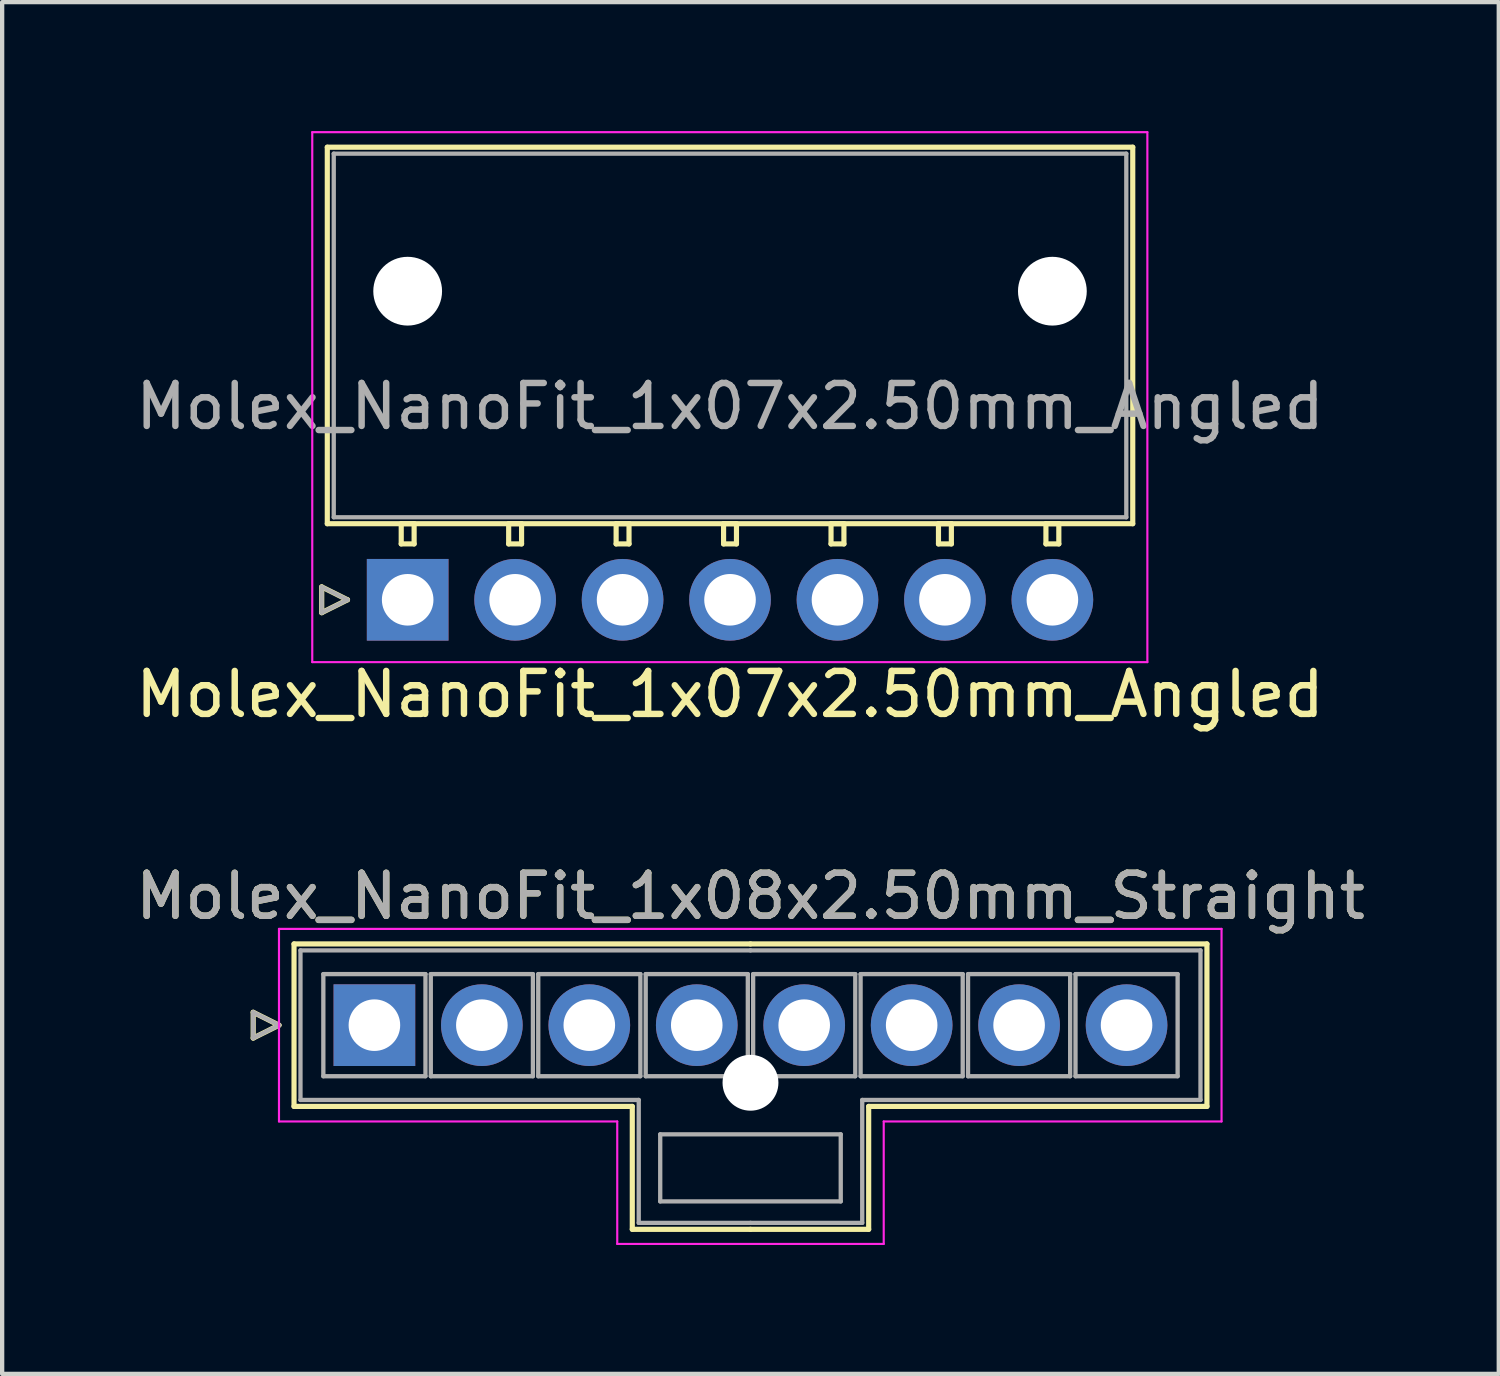
<source format=kicad_pcb>
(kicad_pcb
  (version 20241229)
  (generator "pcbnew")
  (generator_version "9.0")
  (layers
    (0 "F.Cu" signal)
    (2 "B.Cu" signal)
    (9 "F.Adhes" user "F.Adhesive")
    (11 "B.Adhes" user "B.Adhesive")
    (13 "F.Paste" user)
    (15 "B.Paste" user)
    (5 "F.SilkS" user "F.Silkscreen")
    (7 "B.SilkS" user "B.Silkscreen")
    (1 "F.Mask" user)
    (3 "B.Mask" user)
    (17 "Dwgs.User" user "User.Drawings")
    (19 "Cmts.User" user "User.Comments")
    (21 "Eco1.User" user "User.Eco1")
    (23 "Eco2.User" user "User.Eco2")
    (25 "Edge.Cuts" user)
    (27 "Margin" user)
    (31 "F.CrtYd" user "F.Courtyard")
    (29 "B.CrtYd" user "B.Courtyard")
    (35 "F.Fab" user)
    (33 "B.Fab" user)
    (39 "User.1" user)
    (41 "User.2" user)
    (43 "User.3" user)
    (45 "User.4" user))
  (footprint "Molex_NanoFit_1x07x2.50mm_Angled"
    (layer "F.Cu")
    (at 6.435 10.905)
    (property "Reference" "Molex_NanoFit_1x07x2.50mm_Angled" (at 7.5 2.2 0) (layer "F.SilkS") (effects (font (size 1 1) (thickness 0.15))))
    (attr through_hole)
    (fp_line (start -2 -0.3) (end -1.4 0) (stroke (width 0.12) (type solid)) (layer "F.SilkS"))
    (fp_line (start -2 0.3) (end -2 -0.3) (stroke (width 0.12) (type solid)) (layer "F.SilkS"))
    (fp_line (start -1.87 -10.53) (end -1.87 -1.77) (stroke (width 0.12) (type solid)) (layer "F.SilkS"))
    (fp_line (start -1.87 -1.77) (end 16.87 -1.77) (stroke (width 0.12) (type solid)) (layer "F.SilkS"))
    (fp_line (start -1.4 0) (end -2 0.3) (stroke (width 0.12) (type solid)) (layer "F.SilkS"))
    (fp_line (start -0.15 -1.77) (end -0.15 -1.3) (stroke (width 0.12) (type solid)) (layer "F.SilkS"))
    (fp_line (start -0.15 -1.3) (end 0.15 -1.3) (stroke (width 0.12) (type solid)) (layer "F.SilkS"))
    (fp_line (start 0.15 -1.77) (end -0.15 -1.77) (stroke (width 0.12) (type solid)) (layer "F.SilkS"))
    (fp_line (start 0.15 -1.3) (end 0.15 -1.77) (stroke (width 0.12) (type solid)) (layer "F.SilkS"))
    (fp_line (start 2.35 -1.77) (end 2.35 -1.3) (stroke (width 0.12) (type solid)) (layer "F.SilkS"))
    (fp_line (start 2.35 -1.3) (end 2.65 -1.3) (stroke (width 0.12) (type solid)) (layer "F.SilkS"))
    (fp_line (start 2.65 -1.77) (end 2.35 -1.77) (stroke (width 0.12) (type solid)) (layer "F.SilkS"))
    (fp_line (start 2.65 -1.3) (end 2.65 -1.77) (stroke (width 0.12) (type solid)) (layer "F.SilkS"))
    (fp_line (start 4.85 -1.77) (end 4.85 -1.3) (stroke (width 0.12) (type solid)) (layer "F.SilkS"))
    (fp_line (start 4.85 -1.3) (end 5.15 -1.3) (stroke (width 0.12) (type solid)) (layer "F.SilkS"))
    (fp_line (start 5.15 -1.77) (end 4.85 -1.77) (stroke (width 0.12) (type solid)) (layer "F.SilkS"))
    (fp_line (start 5.15 -1.3) (end 5.15 -1.77) (stroke (width 0.12) (type solid)) (layer "F.SilkS"))
    (fp_line (start 7.35 -1.77) (end 7.35 -1.3) (stroke (width 0.12) (type solid)) (layer "F.SilkS"))
    (fp_line (start 7.35 -1.3) (end 7.65 -1.3) (stroke (width 0.12) (type solid)) (layer "F.SilkS"))
    (fp_line (start 7.65 -1.77) (end 7.35 -1.77) (stroke (width 0.12) (type solid)) (layer "F.SilkS"))
    (fp_line (start 7.65 -1.3) (end 7.65 -1.77) (stroke (width 0.12) (type solid)) (layer "F.SilkS"))
    (fp_line (start 9.85 -1.77) (end 9.85 -1.3) (stroke (width 0.12) (type solid)) (layer "F.SilkS"))
    (fp_line (start 9.85 -1.3) (end 10.15 -1.3) (stroke (width 0.12) (type solid)) (layer "F.SilkS"))
    (fp_line (start 10.15 -1.77) (end 9.85 -1.77) (stroke (width 0.12) (type solid)) (layer "F.SilkS"))
    (fp_line (start 10.15 -1.3) (end 10.15 -1.77) (stroke (width 0.12) (type solid)) (layer "F.SilkS"))
    (fp_line (start 12.35 -1.77) (end 12.35 -1.3) (stroke (width 0.12) (type solid)) (layer "F.SilkS"))
    (fp_line (start 12.35 -1.3) (end 12.65 -1.3) (stroke (width 0.12) (type solid)) (layer "F.SilkS"))
    (fp_line (start 12.65 -1.77) (end 12.35 -1.77) (stroke (width 0.12) (type solid)) (layer "F.SilkS"))
    (fp_line (start 12.65 -1.3) (end 12.65 -1.77) (stroke (width 0.12) (type solid)) (layer "F.SilkS"))
    (fp_line (start 14.85 -1.77) (end 14.85 -1.3) (stroke (width 0.12) (type solid)) (layer "F.SilkS"))
    (fp_line (start 14.85 -1.3) (end 15.15 -1.3) (stroke (width 0.12) (type solid)) (layer "F.SilkS"))
    (fp_line (start 15.15 -1.77) (end 14.85 -1.77) (stroke (width 0.12) (type solid)) (layer "F.SilkS"))
    (fp_line (start 15.15 -1.3) (end 15.15 -1.77) (stroke (width 0.12) (type solid)) (layer "F.SilkS"))
    (fp_line (start 16.87 -10.53) (end -1.87 -10.53) (stroke (width 0.12) (type solid)) (layer "F.SilkS"))
    (fp_line (start 16.87 -1.77) (end 16.87 -10.53) (stroke (width 0.12) (type solid)) (layer "F.SilkS"))
    (fp_line (start -2.22 -10.88) (end -2.22 1.45) (stroke (width 0.05) (type solid)) (layer "F.CrtYd"))
    (fp_line (start -2.22 1.45) (end 17.21 1.45) (stroke (width 0.05) (type solid)) (layer "F.CrtYd"))
    (fp_line (start 17.21 -10.88) (end -2.22 -10.88) (stroke (width 0.05) (type solid)) (layer "F.CrtYd"))
    (fp_line (start 17.21 1.45) (end 17.21 -10.88) (stroke (width 0.05) (type solid)) (layer "F.CrtYd"))
    (fp_line (start -2 -0.3) (end -1.4 0) (stroke (width 0.1) (type solid)) (layer "F.Fab"))
    (fp_line (start -2 0.3) (end -2 -0.3) (stroke (width 0.1) (type solid)) (layer "F.Fab"))
    (fp_line (start -1.72 -10.38) (end -1.72 -1.92) (stroke (width 0.1) (type solid)) (layer "F.Fab"))
    (fp_line (start -1.72 -1.92) (end 16.72 -1.92) (stroke (width 0.1) (type solid)) (layer "F.Fab"))
    (fp_line (start -1.4 0) (end -2 0.3) (stroke (width 0.1) (type solid)) (layer "F.Fab"))
    (fp_line (start 16.72 -10.38) (end -1.72 -10.38) (stroke (width 0.1) (type solid)) (layer "F.Fab"))
    (fp_line (start 16.72 -1.92) (end 16.72 -10.38) (stroke (width 0.1) (type solid)) (layer "F.Fab"))
    (fp_text user "${REFERENCE}" (at 7.5 -4.5 0) (layer "F.Fab") (effects (font (size 1 1) (thickness 0.15))))
    (pad "" np_thru_hole circle (at 0 -7.18) (size 1.6 1.6) (drill 1.6) (layers "*.Cu" "*.Mask"))
    (pad "" np_thru_hole circle (at 15 -7.18) (size 1.6 1.6) (drill 1.6) (layers "*.Cu" "*.Mask"))
    (pad "1" thru_hole rect (at 0 0) (size 1.9 1.9) (drill 1.2) (layers "*.Cu" "*.Mask"))
    (pad "2" thru_hole circle (at 2.5 0) (size 1.9 1.9) (drill 1.2) (layers "*.Cu" "*.Mask"))
    (pad "3" thru_hole circle (at 5 0) (size 1.9 1.9) (drill 1.2) (layers "*.Cu" "*.Mask"))
    (pad "4" thru_hole circle (at 7.5 0) (size 1.9 1.9) (drill 1.2) (layers "*.Cu" "*.Mask"))
    (pad "5" thru_hole circle (at 10 0) (size 1.9 1.9) (drill 1.2) (layers "*.Cu" "*.Mask"))
    (pad "6" thru_hole circle (at 12.5 0) (size 1.9 1.9) (drill 1.2) (layers "*.Cu" "*.Mask"))
    (pad "7" thru_hole circle (at 15 0) (size 1.9 1.9) (drill 1.2) (layers "*.Cu" "*.Mask")))
  (footprint "Molex_NanoFit_1x08x2.50mm_Straight"
    (layer "F.Cu")
    (at 5.661 20.802)
    (property "Reference" "Molex_NanoFit_1x08x2.50mm_Straight" (at 8.75 -3 0) (layer "F.SilkS") (effects (font (size 1 1) (thickness 0.15))))
    (attr through_hole)
    (fp_line (start -2.82 -0.3) (end -2.22 0) (stroke (width 0.12) (type solid)) (layer "F.SilkS"))
    (fp_line (start -2.82 0.3) (end -2.82 -0.3) (stroke (width 0.12) (type solid)) (layer "F.SilkS"))
    (fp_line (start -2.22 0) (end -2.82 0.3) (stroke (width 0.12) (type solid)) (layer "F.SilkS"))
    (fp_line (start -1.87 -1.89) (end -1.87 1.89) (stroke (width 0.12) (type solid)) (layer "F.SilkS"))
    (fp_line (start -1.87 1.89) (end 6 1.89) (stroke (width 0.12) (type solid)) (layer "F.SilkS"))
    (fp_line (start 6 1.89) (end 6 4.75) (stroke (width 0.12) (type solid)) (layer "F.SilkS"))
    (fp_line (start 6 4.75) (end 8.75 4.75) (stroke (width 0.12) (type solid)) (layer "F.SilkS"))
    (fp_line (start 8.75 -1.89) (end -1.87 -1.89) (stroke (width 0.12) (type solid)) (layer "F.SilkS"))
    (fp_line (start 8.75 -1.89) (end 19.37 -1.89) (stroke (width 0.12) (type solid)) (layer "F.SilkS"))
    (fp_line (start 11.5 1.89) (end 11.5 4.75) (stroke (width 0.12) (type solid)) (layer "F.SilkS"))
    (fp_line (start 11.5 4.75) (end 8.75 4.75) (stroke (width 0.12) (type solid)) (layer "F.SilkS"))
    (fp_line (start 19.37 -1.89) (end 19.37 1.89) (stroke (width 0.12) (type solid)) (layer "F.SilkS"))
    (fp_line (start 19.37 1.89) (end 11.5 1.89) (stroke (width 0.12) (type solid)) (layer "F.SilkS"))
    (fp_line (start -2.22 -2.24) (end -2.22 2.24) (stroke (width 0.05) (type solid)) (layer "F.CrtYd"))
    (fp_line (start -2.22 2.24) (end 5.65 2.24) (stroke (width 0.05) (type solid)) (layer "F.CrtYd"))
    (fp_line (start 5.65 2.24) (end 5.65 5.09) (stroke (width 0.05) (type solid)) (layer "F.CrtYd"))
    (fp_line (start 5.65 5.09) (end 11.85 5.09) (stroke (width 0.05) (type solid)) (layer "F.CrtYd"))
    (fp_line (start 11.85 2.24) (end 19.71 2.24) (stroke (width 0.05) (type solid)) (layer "F.CrtYd"))
    (fp_line (start 11.85 5.09) (end 11.85 2.24) (stroke (width 0.05) (type solid)) (layer "F.CrtYd"))
    (fp_line (start 19.71 -2.24) (end -2.22 -2.24) (stroke (width 0.05) (type solid)) (layer "F.CrtYd"))
    (fp_line (start 19.71 2.24) (end 19.71 -2.24) (stroke (width 0.05) (type solid)) (layer "F.CrtYd"))
    (fp_line (start -2.82 -0.3) (end -2.22 0) (stroke (width 0.1) (type solid)) (layer "F.Fab"))
    (fp_line (start -2.82 0.3) (end -2.82 -0.3) (stroke (width 0.1) (type solid)) (layer "F.Fab"))
    (fp_line (start -2.22 0) (end -2.82 0.3) (stroke (width 0.1) (type solid)) (layer "F.Fab"))
    (fp_line (start -1.72 -1.74) (end -1.72 1.74) (stroke (width 0.1) (type solid)) (layer "F.Fab"))
    (fp_line (start -1.72 1.74) (end 6.15 1.74) (stroke (width 0.1) (type solid)) (layer "F.Fab"))
    (fp_line (start -1.188 -1.188) (end -1.188 1.188) (stroke (width 0.1) (type solid)) (layer "F.Fab"))
    (fp_line (start -1.188 1.188) (end 1.188 1.188) (stroke (width 0.1) (type solid)) (layer "F.Fab"))
    (fp_line (start 1.188 -1.188) (end -1.188 -1.188) (stroke (width 0.1) (type solid)) (layer "F.Fab"))
    (fp_line (start 1.188 1.188) (end 1.188 -1.188) (stroke (width 0.1) (type solid)) (layer "F.Fab"))
    (fp_line (start 1.312 -1.188) (end 1.312 1.188) (stroke (width 0.1) (type solid)) (layer "F.Fab"))
    (fp_line (start 1.312 1.188) (end 3.688 1.188) (stroke (width 0.1) (type solid)) (layer "F.Fab"))
    (fp_line (start 3.688 -1.188) (end 1.312 -1.188) (stroke (width 0.1) (type solid)) (layer "F.Fab"))
    (fp_line (start 3.688 1.188) (end 3.688 -1.188) (stroke (width 0.1) (type solid)) (layer "F.Fab"))
    (fp_line (start 3.812 -1.188) (end 3.812 1.188) (stroke (width 0.1) (type solid)) (layer "F.Fab"))
    (fp_line (start 3.812 1.188) (end 6.188 1.188) (stroke (width 0.1) (type solid)) (layer "F.Fab"))
    (fp_line (start 6.15 1.74) (end 6.15 4.6) (stroke (width 0.1) (type solid)) (layer "F.Fab"))
    (fp_line (start 6.15 4.6) (end 8.75 4.6) (stroke (width 0.1) (type solid)) (layer "F.Fab"))
    (fp_line (start 6.188 -1.188) (end 3.812 -1.188) (stroke (width 0.1) (type solid)) (layer "F.Fab"))
    (fp_line (start 6.188 1.188) (end 6.188 -1.188) (stroke (width 0.1) (type solid)) (layer "F.Fab"))
    (fp_line (start 6.312 -1.188) (end 6.312 1.188) (stroke (width 0.1) (type solid)) (layer "F.Fab"))
    (fp_line (start 6.312 1.188) (end 8.688 1.188) (stroke (width 0.1) (type solid)) (layer "F.Fab"))
    (fp_line (start 6.65 2.54) (end 6.65 4.1) (stroke (width 0.1) (type solid)) (layer "F.Fab"))
    (fp_line (start 6.65 4.1) (end 10.85 4.1) (stroke (width 0.1) (type solid)) (layer "F.Fab"))
    (fp_line (start 8.688 -1.188) (end 6.312 -1.188) (stroke (width 0.1) (type solid)) (layer "F.Fab"))
    (fp_line (start 8.688 1.188) (end 8.688 -1.188) (stroke (width 0.1) (type solid)) (layer "F.Fab"))
    (fp_line (start 8.75 -1.74) (end -1.72 -1.74) (stroke (width 0.1) (type solid)) (layer "F.Fab"))
    (fp_line (start 8.75 -1.74) (end 19.22 -1.74) (stroke (width 0.1) (type solid)) (layer "F.Fab"))
    (fp_line (start 8.812 -1.188) (end 8.812 1.188) (stroke (width 0.1) (type solid)) (layer "F.Fab"))
    (fp_line (start 8.812 1.188) (end 11.188 1.188) (stroke (width 0.1) (type solid)) (layer "F.Fab"))
    (fp_line (start 10.85 2.54) (end 6.65 2.54) (stroke (width 0.1) (type solid)) (layer "F.Fab"))
    (fp_line (start 10.85 4.1) (end 10.85 2.54) (stroke (width 0.1) (type solid)) (layer "F.Fab"))
    (fp_line (start 11.188 -1.188) (end 8.812 -1.188) (stroke (width 0.1) (type solid)) (layer "F.Fab"))
    (fp_line (start 11.188 1.188) (end 11.188 -1.188) (stroke (width 0.1) (type solid)) (layer "F.Fab"))
    (fp_line (start 11.312 -1.188) (end 11.312 1.188) (stroke (width 0.1) (type solid)) (layer "F.Fab"))
    (fp_line (start 11.312 1.188) (end 13.688 1.188) (stroke (width 0.1) (type solid)) (layer "F.Fab"))
    (fp_line (start 11.35 1.74) (end 11.35 4.6) (stroke (width 0.1) (type solid)) (layer "F.Fab"))
    (fp_line (start 11.35 4.6) (end 8.75 4.6) (stroke (width 0.1) (type solid)) (layer "F.Fab"))
    (fp_line (start 13.688 -1.188) (end 11.312 -1.188) (stroke (width 0.1) (type solid)) (layer "F.Fab"))
    (fp_line (start 13.688 1.188) (end 13.688 -1.188) (stroke (width 0.1) (type solid)) (layer "F.Fab"))
    (fp_line (start 13.812 -1.188) (end 13.812 1.188) (stroke (width 0.1) (type solid)) (layer "F.Fab"))
    (fp_line (start 13.812 1.188) (end 16.188 1.188) (stroke (width 0.1) (type solid)) (layer "F.Fab"))
    (fp_line (start 16.188 -1.188) (end 13.812 -1.188) (stroke (width 0.1) (type solid)) (layer "F.Fab"))
    (fp_line (start 16.188 1.188) (end 16.188 -1.188) (stroke (width 0.1) (type solid)) (layer "F.Fab"))
    (fp_line (start 16.312 -1.188) (end 16.312 1.188) (stroke (width 0.1) (type solid)) (layer "F.Fab"))
    (fp_line (start 16.312 1.188) (end 18.688 1.188) (stroke (width 0.1) (type solid)) (layer "F.Fab"))
    (fp_line (start 18.688 -1.188) (end 16.312 -1.188) (stroke (width 0.1) (type solid)) (layer "F.Fab"))
    (fp_line (start 18.688 1.188) (end 18.688 -1.188) (stroke (width 0.1) (type solid)) (layer "F.Fab"))
    (fp_line (start 19.22 -1.74) (end 19.22 1.74) (stroke (width 0.1) (type solid)) (layer "F.Fab"))
    (fp_line (start 19.22 1.74) (end 11.35 1.74) (stroke (width 0.1) (type solid)) (layer "F.Fab"))
    (fp_text user "${REFERENCE}" (at 8.75 -3 0) (layer "F.Fab") (effects (font (size 1 1) (thickness 0.15))))
    (pad "" np_thru_hole circle (at 8.75 1.34) (size 1.3 1.3) (drill 1.3) (layers "*.Cu" "*.Mask"))
    (pad "1" thru_hole rect (at 0 0) (size 1.9 1.9) (drill 1.2) (layers "*.Cu" "*.Mask"))
    (pad "2" thru_hole circle (at 2.5 0) (size 1.9 1.9) (drill 1.2) (layers "*.Cu" "*.Mask"))
    (pad "3" thru_hole circle (at 5 0) (size 1.9 1.9) (drill 1.2) (layers "*.Cu" "*.Mask"))
    (pad "4" thru_hole circle (at 7.5 0) (size 1.9 1.9) (drill 1.2) (layers "*.Cu" "*.Mask"))
    (pad "5" thru_hole circle (at 10 0) (size 1.9 1.9) (drill 1.2) (layers "*.Cu" "*.Mask"))
    (pad "6" thru_hole circle (at 12.5 0) (size 1.9 1.9) (drill 1.2) (layers "*.Cu" "*.Mask"))
    (pad "7" thru_hole circle (at 15 0) (size 1.9 1.9) (drill 1.2) (layers "*.Cu" "*.Mask"))
    (pad "8" thru_hole circle (at 17.5 0) (size 1.9 1.9) (drill 1.2) (layers "*.Cu" "*.Mask")))
  (gr_rect
    (start -3 -3)
    (end 31.821 28.916)
    (stroke (width 0.1) (type default))
    (fill no)
    (layer "Edge.Cuts")))
</source>
